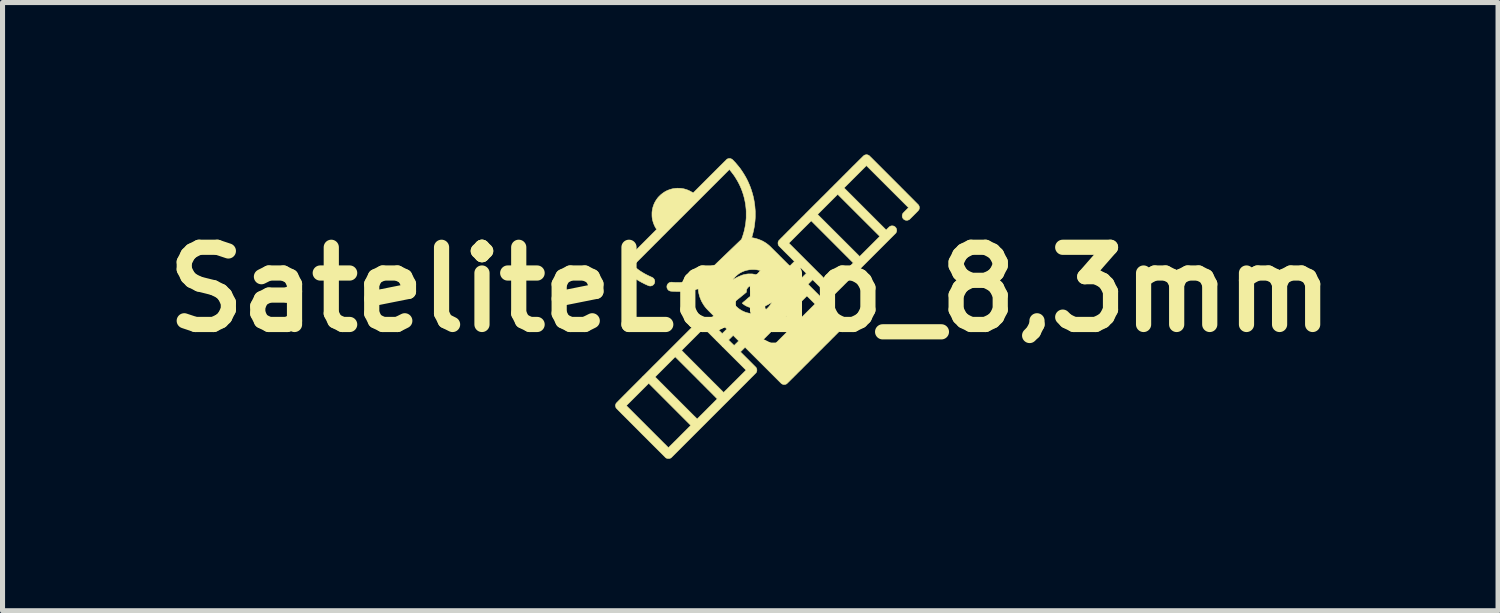
<source format=kicad_pcb>
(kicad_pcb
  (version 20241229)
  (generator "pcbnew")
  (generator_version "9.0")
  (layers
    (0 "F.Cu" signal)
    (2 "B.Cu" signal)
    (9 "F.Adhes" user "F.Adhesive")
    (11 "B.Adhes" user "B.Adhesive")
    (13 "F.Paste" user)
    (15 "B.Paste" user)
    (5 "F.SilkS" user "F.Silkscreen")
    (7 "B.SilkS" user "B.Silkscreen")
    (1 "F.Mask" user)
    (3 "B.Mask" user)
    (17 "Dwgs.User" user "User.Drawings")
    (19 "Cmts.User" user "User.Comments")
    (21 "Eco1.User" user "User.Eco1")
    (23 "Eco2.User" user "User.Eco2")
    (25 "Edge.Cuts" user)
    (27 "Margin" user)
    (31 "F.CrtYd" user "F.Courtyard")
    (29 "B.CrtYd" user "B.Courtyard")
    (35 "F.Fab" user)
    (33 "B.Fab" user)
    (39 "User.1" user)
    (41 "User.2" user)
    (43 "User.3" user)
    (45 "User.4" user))
  (footprint "SateliteLogo_8,3mm"
    (layer "F.Cu")
    (at 11.764 2.667)
    (property "Reference" "SateliteLogo_8,3mm" (at 0 0 0) (layer "F.SilkS") (effects (font (size 1.524 1.524) (thickness 0.3))))
    (attr through_hole)
    (fp_poly (pts (xy 2.309 -2.661) (xy 2.323 -2.657) (xy 2.336 -2.651) (xy 2.349 -2.643) (xy 2.352 -2.64) (xy 2.354 -2.638) (xy 2.357 -2.635) (xy 2.362 -2.63) (xy 2.369 -2.623) (xy 2.377 -2.615) (xy 2.387 -2.606) (xy 2.398 -2.595) (xy 2.41 -2.583) (xy 2.424 -2.569) (xy 2.439 -2.554) (xy 2.455 -2.538) (xy 2.472 -2.521) (xy 2.49 -2.503) (xy 2.509 -2.484) (xy 2.529 -2.464) (xy 2.549 -2.444) (xy 2.571 -2.422) (xy 2.593 -2.4) (xy 2.616 -2.377) (xy 2.639 -2.354) (xy 2.663 -2.33) (xy 2.687 -2.306) (xy 2.712 -2.281) (xy 2.737 -2.256) (xy 2.762 -2.231) (xy 2.788 -2.205) (xy 2.813 -2.18) (xy 2.839 -2.154) (xy 2.865 -2.128) (xy 2.89 -2.103) (xy 2.916 -2.077) (xy 2.941 -2.052) (xy 2.966 -2.027) (xy 2.99 -2.002) (xy 3.015 -1.978) (xy 3.038 -1.954) (xy 3.062 -1.931) (xy 3.084 -1.908) (xy 3.106 -1.886) (xy 3.128 -1.864) (xy 3.148 -1.844) (xy 3.168 -1.824) (xy 3.187 -1.805) (xy 3.205 -1.787) (xy 3.222 -1.77) (xy 3.238 -1.754) (xy 3.252 -1.739) (xy 3.266 -1.726) (xy 3.278 -1.713) (xy 3.289 -1.703) (xy 3.298 -1.693) (xy 3.306 -1.685) (xy 3.313 -1.678) (xy 3.318 -1.673) (xy 3.321 -1.67) (xy 3.322 -1.669) (xy 3.322 -1.668) (xy 3.33 -1.655) (xy 3.335 -1.641) (xy 3.338 -1.626) (xy 3.338 -1.611) (xy 3.336 -1.597) (xy 3.333 -1.585) (xy 3.331 -1.582) (xy 3.33 -1.579) (xy 3.329 -1.576) (xy 3.327 -1.574) (xy 3.325 -1.571) (xy 3.323 -1.567) (xy 3.319 -1.563) (xy 3.315 -1.559) (xy 3.311 -1.553) (xy 3.305 -1.547) (xy 3.298 -1.54) (xy 3.29 -1.532) (xy 3.281 -1.523) (xy 3.271 -1.512) (xy 3.259 -1.5) (xy 3.245 -1.487) (xy 3.23 -1.471) (xy 3.229 -1.47) (xy 3.14 -1.382) (xy 3.128 -1.376) (xy 3.113 -1.371) (xy 3.099 -1.367) (xy 3.085 -1.367) (xy 3.071 -1.368) (xy 3.056 -1.373) (xy 3.048 -1.376) (xy 3.042 -1.379) (xy 3.037 -1.382) (xy 3.032 -1.386) (xy 3.027 -1.391) (xy 3.026 -1.392) (xy 3.018 -1.401) (xy 3.012 -1.409) (xy 3.007 -1.418) (xy 3.004 -1.426) (xy 3 -1.441) (xy 2.999 -1.455) (xy 3 -1.47) (xy 3.004 -1.484) (xy 3.01 -1.499) (xy 3.011 -1.5) (xy 3.012 -1.502) (xy 3.014 -1.504) (xy 3.016 -1.507) (xy 3.019 -1.511) (xy 3.023 -1.515) (xy 3.028 -1.521) (xy 3.035 -1.527) (xy 3.042 -1.535) (xy 3.051 -1.544) (xy 3.062 -1.555) (xy 3.069 -1.562) (xy 3.124 -1.617) (xy 2.708 -2.032) (xy 2.293 -2.447) (xy 1.852 -2.007) (xy 2.268 -1.591) (xy 2.683 -1.176) (xy 2.716 -1.21) (xy 2.725 -1.218) (xy 2.732 -1.225) (xy 2.738 -1.231) (xy 2.743 -1.235) (xy 2.747 -1.239) (xy 2.75 -1.242) (xy 2.753 -1.244) (xy 2.756 -1.245) (xy 2.758 -1.247) (xy 2.761 -1.248) (xy 2.771 -1.253) (xy 2.78 -1.256) (xy 2.789 -1.257) (xy 2.8 -1.258) (xy 2.802 -1.258) (xy 2.812 -1.257) (xy 2.822 -1.256) (xy 2.831 -1.253) (xy 2.841 -1.249) (xy 2.842 -1.248) (xy 2.848 -1.245) (xy 2.853 -1.242) (xy 2.858 -1.238) (xy 2.864 -1.232) (xy 2.864 -1.232) (xy 2.869 -1.226) (xy 2.873 -1.222) (xy 2.877 -1.217) (xy 2.88 -1.211) (xy 2.881 -1.209) (xy 2.887 -1.195) (xy 2.89 -1.18) (xy 2.891 -1.166) (xy 2.889 -1.151) (xy 2.884 -1.137) (xy 2.881 -1.129) (xy 2.875 -1.117) (xy 2.26 -0.502) (xy 2.22 -0.462) (xy 2.182 -0.424) (xy 2.145 -0.387) (xy 2.11 -0.352) (xy 2.077 -0.319) (xy 2.045 -0.287) (xy 2.015 -0.257) (xy 1.986 -0.228) (xy 1.959 -0.201) (xy 1.933 -0.175) (xy 1.909 -0.151) (xy 1.886 -0.128) (xy 1.864 -0.107) (xy 1.844 -0.086) (xy 1.825 -0.067) (xy 1.807 -0.049) (xy 1.79 -0.033) (xy 1.775 -0.017) (xy 1.76 -0.003) (xy 1.747 0.011) (xy 1.734 0.023) (xy 1.723 0.034) (xy 1.712 0.045) (xy 1.703 0.055) (xy 1.694 0.063) (xy 1.686 0.071) (xy 1.678 0.078) (xy 1.672 0.085) (xy 1.666 0.09) (xy 1.661 0.095) (xy 1.656 0.1) (xy 1.652 0.103) (xy 1.649 0.107) (xy 1.646 0.109) (xy 1.644 0.112) (xy 1.642 0.114) (xy 1.64 0.115) (xy 1.639 0.116) (xy 1.638 0.117) (xy 1.637 0.117) (xy 1.637 0.117) (xy 1.631 0.12) (xy 1.624 0.123) (xy 1.618 0.126) (xy 1.614 0.127) (xy 1.61 0.128) (xy 1.605 0.128) (xy 1.6 0.129) (xy 1.593 0.129) (xy 1.592 0.129) (xy 1.585 0.129) (xy 1.579 0.128) (xy 1.575 0.128) (xy 1.57 0.127) (xy 1.566 0.125) (xy 1.565 0.125) (xy 1.563 0.125) (xy 1.56 0.124) (xy 1.558 0.123) (xy 1.556 0.122) (xy 1.554 0.121) (xy 1.551 0.12) (xy 1.549 0.118) (xy 1.546 0.116) (xy 1.543 0.114) (xy 1.539 0.11) (xy 1.535 0.107) (xy 1.53 0.102) (xy 1.524 0.097) (xy 1.517 0.09) (xy 1.51 0.083) (xy 1.501 0.075) (xy 1.492 0.066) (xy 1.481 0.055) (xy 1.469 0.043) (xy 1.456 0.03) (xy 1.441 0.015) (xy 1.424 -0.002) (xy 1.406 -0.02) (xy 1.387 -0.039) (xy 1.386 -0.04) (xy 1.369 -0.057) (xy 1.353 -0.073) (xy 1.338 -0.088) (xy 1.323 -0.103) (xy 1.309 -0.117) (xy 1.296 -0.13) (xy 1.284 -0.142) (xy 1.273 -0.153) (xy 1.262 -0.163) (xy 1.254 -0.171) (xy 1.246 -0.179) (xy 1.24 -0.185) (xy 1.236 -0.189) (xy 1.233 -0.192) (xy 1.231 -0.193) (xy 1.231 -0.193) (xy 1.23 -0.192) (xy 1.227 -0.19) (xy 1.223 -0.186) (xy 1.218 -0.181) (xy 1.212 -0.175) (xy 1.205 -0.168) (xy 1.198 -0.161) (xy 1.19 -0.153) (xy 1.182 -0.145) (xy 1.175 -0.137) (xy 1.167 -0.13) (xy 1.16 -0.123) (xy 1.154 -0.117) (xy 1.149 -0.112) (xy 1.145 -0.108) (xy 1.143 -0.105) (xy 1.142 -0.104) (xy 1.142 -0.103) (xy 1.143 -0.103) (xy 1.145 -0.1) (xy 1.15 -0.095) (xy 1.155 -0.089) (xy 1.163 -0.082) (xy 1.172 -0.073) (xy 1.182 -0.062) (xy 1.194 -0.051) (xy 1.207 -0.037) (xy 1.222 -0.023) (xy 1.237 -0.007) (xy 1.254 0.009) (xy 1.271 0.027) (xy 1.29 0.046) (xy 1.31 0.066) (xy 1.331 0.086) (xy 1.352 0.108) (xy 1.374 0.13) (xy 1.397 0.153) (xy 1.421 0.177) (xy 1.445 0.201) (xy 1.47 0.225) (xy 1.495 0.251) (xy 1.499 0.255) (xy 1.53 0.286) (xy 1.56 0.316) (xy 1.589 0.344) (xy 1.615 0.371) (xy 1.64 0.396) (xy 1.663 0.419) (xy 1.685 0.441) (xy 1.705 0.461) (xy 1.724 0.48) (xy 1.742 0.498) (xy 1.758 0.514) (xy 1.772 0.529) (xy 1.786 0.542) (xy 1.798 0.554) (xy 1.809 0.565) (xy 1.819 0.575) (xy 1.827 0.584) (xy 1.835 0.592) (xy 1.841 0.599) (xy 1.847 0.605) (xy 1.852 0.609) (xy 1.855 0.613) (xy 1.858 0.616) (xy 1.86 0.619) (xy 1.861 0.62) (xy 1.862 0.621) (xy 1.868 0.631) (xy 1.872 0.641) (xy 1.874 0.652) (xy 1.875 0.664) (xy 1.875 0.679) (xy 1.873 0.692) (xy 1.869 0.705) (xy 1.862 0.717) (xy 1.858 0.723) (xy 1.856 0.725) (xy 1.853 0.728) (xy 1.849 0.732) (xy 1.842 0.739) (xy 1.835 0.747) (xy 1.825 0.756) (xy 1.814 0.767) (xy 1.802 0.78) (xy 1.788 0.794) (xy 1.773 0.809) (xy 1.756 0.826) (xy 1.738 0.844) (xy 1.719 0.863) (xy 1.699 0.883) (xy 1.678 0.904) (xy 1.656 0.927) (xy 1.632 0.95) (xy 1.608 0.974) (xy 1.583 1) (xy 1.557 1.026) (xy 1.53 1.053) (xy 1.502 1.08) (xy 1.473 1.109) (xy 1.444 1.138) (xy 1.415 1.168) (xy 1.384 1.198) (xy 1.353 1.229) (xy 1.322 1.26) (xy 1.29 1.292) (xy 1.288 1.294) (xy 1.248 1.334) (xy 1.21 1.372) (xy 1.173 1.409) (xy 1.139 1.444) (xy 1.105 1.477) (xy 1.074 1.508) (xy 1.044 1.538) (xy 1.016 1.567) (xy 0.989 1.593) (xy 0.963 1.619) (xy 0.939 1.642) (xy 0.917 1.665) (xy 0.896 1.686) (xy 0.876 1.705) (xy 0.858 1.724) (xy 0.841 1.741) (xy 0.825 1.756) (xy 0.81 1.771) (xy 0.797 1.784) (xy 0.785 1.796) (xy 0.774 1.807) (xy 0.764 1.817) (xy 0.755 1.826) (xy 0.747 1.833) (xy 0.74 1.84) (xy 0.734 1.846) (xy 0.729 1.851) (xy 0.725 1.855) (xy 0.722 1.858) (xy 0.72 1.86) (xy 0.718 1.861) (xy 0.717 1.862) (xy 0.703 1.869) (xy 0.688 1.873) (xy 0.674 1.875) (xy 0.659 1.875) (xy 0.648 1.873) (xy 0.644 1.871) (xy 0.638 1.869) (xy 0.632 1.866) (xy 0.629 1.865) (xy 0.617 1.859) (xy 0.257 1.499) (xy -0.103 1.14) (xy -0.194 1.231) (xy -0.039 1.385) (xy 0.115 1.54) (xy 0.12 1.551) (xy 0.125 1.561) (xy 0.128 1.57) (xy 0.129 1.579) (xy 0.13 1.59) (xy 0.13 1.591) (xy 0.129 1.606) (xy 0.126 1.619) (xy 0.121 1.631) (xy 0.114 1.643) (xy 0.113 1.644) (xy 0.11 1.647) (xy 0.105 1.652) (xy 0.099 1.658) (xy 0.091 1.666) (xy 0.081 1.676) (xy 0.07 1.687) (xy 0.058 1.7) (xy 0.043 1.714) (xy 0.028 1.729) (xy 0.011 1.746) (xy -0.007 1.765) (xy -0.027 1.784) (xy -0.048 1.805) (xy -0.07 1.828) (xy -0.093 1.851) (xy -0.118 1.876) (xy -0.143 1.901) (xy -0.17 1.928) (xy -0.198 1.956) (xy -0.227 1.985) (xy -0.256 2.014) (xy -0.287 2.045) (xy -0.318 2.076) (xy -0.351 2.109) (xy -0.384 2.142) (xy -0.418 2.176) (xy -0.452 2.211) (xy -0.488 2.246) (xy -0.524 2.282) (xy -0.56 2.318) (xy -0.597 2.356) (xy -0.635 2.393) (xy -0.673 2.431) (xy -0.712 2.47) (xy -0.728 2.486) (xy -1.564 3.322) (xy -1.576 3.328) (xy -1.591 3.334) (xy -1.605 3.337) (xy -1.62 3.337) (xy -1.635 3.335) (xy -1.635 3.335) (xy -1.64 3.334) (xy -1.647 3.332) (xy -1.653 3.329) (xy -1.656 3.328) (xy -1.668 3.322) (xy -2.157 2.834) (xy -2.194 2.796) (xy -2.229 2.761) (xy -2.263 2.727) (xy -2.295 2.695) (xy -2.326 2.664) (xy -2.355 2.635) (xy -2.382 2.608) (xy -2.407 2.582) (xy -2.432 2.558) (xy -2.454 2.535) (xy -2.476 2.514) (xy -2.495 2.494) (xy -2.514 2.476) (xy -2.531 2.459) (xy -2.547 2.443) (xy -2.561 2.428) (xy -2.574 2.415) (xy -2.586 2.403) (xy -2.597 2.392) (xy -2.607 2.382) (xy -2.616 2.373) (xy -2.623 2.365) (xy -2.63 2.359) (xy -2.635 2.353) (xy -2.64 2.348) (xy -2.643 2.344) (xy -2.646 2.341) (xy -2.648 2.339) (xy -2.649 2.338) (xy -2.649 2.338) (xy -2.655 2.325) (xy -2.659 2.311) (xy -2.661 2.296) (xy -2.661 2.292) (xy -2.447 2.292) (xy -2.032 2.707) (xy -2.005 2.734) (xy -1.978 2.761) (xy -1.952 2.787) (xy -1.926 2.813) (xy -1.901 2.838) (xy -1.877 2.862) (xy -1.853 2.886) (xy -1.83 2.909) (xy -1.808 2.931) (xy -1.787 2.952) (xy -1.767 2.972) (xy -1.748 2.991) (xy -1.73 3.009) (xy -1.713 3.026) (xy -1.697 3.042) (xy -1.682 3.056) (xy -1.669 3.069) (xy -1.657 3.081) (xy -1.647 3.092) (xy -1.637 3.101) (xy -1.63 3.108) (xy -1.624 3.114) (xy -1.62 3.118) (xy -1.617 3.121) (xy -1.616 3.122) (xy -1.615 3.121) (xy -1.612 3.118) (xy -1.608 3.114) (xy -1.602 3.108) (xy -1.595 3.101) (xy -1.586 3.092) (xy -1.576 3.082) (xy -1.564 3.071) (xy -1.552 3.058) (xy -1.538 3.045) (xy -1.523 3.03) (xy -1.508 3.014) (xy -1.491 2.998) (xy -1.474 2.981) (xy -1.456 2.963) (xy -1.437 2.944) (xy -1.418 2.925) (xy -1.398 2.905) (xy -1.395 2.902) (xy -1.175 2.682) (xy -2.005 1.851) (xy -2.226 2.072) (xy -2.447 2.292) (xy -2.661 2.292) (xy -2.66 2.281) (xy -2.658 2.267) (xy -2.652 2.253) (xy -2.649 2.247) (xy -2.648 2.246) (xy -2.647 2.244) (xy -2.645 2.242) (xy -2.642 2.239) (xy -2.638 2.235) (xy -2.633 2.23) (xy -2.627 2.224) (xy -2.62 2.217) (xy -2.613 2.209) (xy -2.604 2.2) (xy -2.594 2.19) (xy -2.583 2.179) (xy -2.571 2.167) (xy -2.558 2.154) (xy -2.544 2.14) (xy -2.529 2.124) (xy -2.512 2.108) (xy -2.495 2.09) (xy -2.476 2.071) (xy -2.455 2.051) (xy -2.434 2.029) (xy -2.411 2.006) (xy -2.387 1.982) (xy -2.361 1.956) (xy -2.334 1.929) (xy -2.306 1.901) (xy -2.276 1.871) (xy -2.244 1.839) (xy -2.211 1.806) (xy -2.177 1.772) (xy -2.141 1.736) (xy -2.131 1.725) (xy -1.878 1.725) (xy -1.877 1.726) (xy -1.875 1.729) (xy -1.871 1.733) (xy -1.865 1.739) (xy -1.857 1.747) (xy -1.848 1.756) (xy -1.838 1.766) (xy -1.827 1.777) (xy -1.814 1.79) (xy -1.8 1.804) (xy -1.785 1.82) (xy -1.769 1.836) (xy -1.752 1.853) (xy -1.733 1.871) (xy -1.715 1.89) (xy -1.695 1.91) (xy -1.675 1.93) (xy -1.654 1.951) (xy -1.632 1.973) (xy -1.61 1.995) (xy -1.588 2.017) (xy -1.565 2.04) (xy -1.542 2.063) (xy -1.518 2.087) (xy -1.495 2.11) (xy -1.471 2.134) (xy -1.447 2.157) (xy -1.424 2.181) (xy -1.4 2.205) (xy -1.377 2.228) (xy -1.354 2.251) (xy -1.331 2.274) (xy -1.309 2.296) (xy -1.287 2.318) (xy -1.266 2.339) (xy -1.245 2.36) (xy -1.225 2.38) (xy -1.206 2.399) (xy -1.187 2.418) (xy -1.169 2.436) (xy -1.153 2.452) (xy -1.137 2.468) (xy -1.122 2.483) (xy -1.109 2.496) (xy -1.096 2.508) (xy -1.085 2.519) (xy -1.075 2.529) (xy -1.067 2.537) (xy -1.06 2.544) (xy -1.055 2.549) (xy -1.051 2.553) (xy -1.049 2.555) (xy -1.049 2.555) (xy -1.048 2.554) (xy -1.045 2.552) (xy -1.041 2.548) (xy -1.035 2.542) (xy -1.028 2.534) (xy -1.019 2.526) (xy -1.009 2.516) (xy -0.998 2.505) (xy -0.986 2.492) (xy -0.972 2.479) (xy -0.958 2.465) (xy -0.942 2.449) (xy -0.926 2.433) (xy -0.909 2.416) (xy -0.892 2.399) (xy -0.874 2.381) (xy -0.855 2.362) (xy -0.851 2.357) (xy -0.832 2.339) (xy -0.814 2.32) (xy -0.796 2.303) (xy -0.779 2.286) (xy -0.763 2.269) (xy -0.747 2.254) (xy -0.732 2.239) (xy -0.719 2.225) (xy -0.706 2.213) (xy -0.695 2.201) (xy -0.684 2.191) (xy -0.675 2.182) (xy -0.668 2.174) (xy -0.662 2.168) (xy -0.657 2.163) (xy -0.654 2.16) (xy -0.653 2.158) (xy -0.653 2.158) (xy -0.654 2.157) (xy -0.656 2.155) (xy -0.661 2.15) (xy -0.667 2.144) (xy -0.674 2.137) (xy -0.683 2.128) (xy -0.694 2.117) (xy -0.705 2.105) (xy -0.719 2.092) (xy -0.733 2.077) (xy -0.749 2.061) (xy -0.766 2.044) (xy -0.784 2.026) (xy -0.803 2.007) (xy -0.823 1.987) (xy -0.845 1.966) (xy -0.867 1.943) (xy -0.889 1.921) (xy -0.913 1.897) (xy -0.937 1.872) (xy -0.963 1.847) (xy -0.988 1.822) (xy -1.014 1.795) (xy -1.041 1.769) (xy -1.067 1.742) (xy -1.482 1.328) (xy -1.68 1.526) (xy -1.699 1.545) (xy -1.717 1.563) (xy -1.735 1.581) (xy -1.752 1.598) (xy -1.768 1.614) (xy -1.784 1.63) (xy -1.798 1.644) (xy -1.812 1.658) (xy -1.825 1.671) (xy -1.836 1.682) (xy -1.847 1.693) (xy -1.856 1.702) (xy -1.863 1.71) (xy -1.869 1.716) (xy -1.874 1.721) (xy -1.877 1.724) (xy -1.878 1.725) (xy -1.878 1.725) (xy -2.131 1.725) (xy -2.103 1.698) (xy -2.064 1.659) (xy -2.023 1.618) (xy -1.981 1.576) (xy -1.937 1.531) (xy -1.891 1.485) (xy -1.843 1.438) (xy -1.806 1.401) (xy -1.607 1.202) (xy -1.355 1.202) (xy -1.354 1.203) (xy -1.352 1.206) (xy -1.347 1.21) (xy -1.341 1.216) (xy -1.334 1.223) (xy -1.325 1.232) (xy -1.315 1.243) (xy -1.303 1.254) (xy -1.291 1.267) (xy -1.277 1.281) (xy -1.262 1.296) (xy -1.245 1.312) (xy -1.228 1.33) (xy -1.21 1.348) (xy -1.191 1.367) (xy -1.172 1.386) (xy -1.151 1.407) (xy -1.13 1.428) (xy -1.109 1.449) (xy -1.087 1.471) (xy -1.064 1.494) (xy -1.041 1.517) (xy -1.018 1.54) (xy -0.995 1.563) (xy -0.971 1.587) (xy -0.948 1.611) (xy -0.924 1.634) (xy -0.901 1.658) (xy -0.877 1.681) (xy -0.854 1.705) (xy -0.831 1.728) (xy -0.808 1.75) (xy -0.786 1.773) (xy -0.764 1.795) (xy -0.743 1.816) (xy -0.722 1.837) (xy -0.702 1.857) (xy -0.682 1.876) (xy -0.664 1.895) (xy -0.646 1.912) (xy -0.629 1.929) (xy -0.614 1.945) (xy -0.599 1.959) (xy -0.585 1.973) (xy -0.573 1.985) (xy -0.562 1.996) (xy -0.552 2.006) (xy -0.544 2.014) (xy -0.537 2.021) (xy -0.532 2.026) (xy -0.528 2.03) (xy -0.526 2.032) (xy -0.526 2.032) (xy -0.525 2.031) (xy -0.522 2.029) (xy -0.518 2.024) (xy -0.512 2.018) (xy -0.505 2.011) (xy -0.496 2.002) (xy -0.486 1.992) (xy -0.474 1.981) (xy -0.462 1.969) (xy -0.448 1.955) (xy -0.434 1.94) (xy -0.418 1.925) (xy -0.402 1.908) (xy -0.384 1.891) (xy -0.366 1.873) (xy -0.348 1.854) (xy -0.328 1.835) (xy -0.309 1.816) (xy -0.305 1.812) (xy -0.084 1.591) (xy -0.5 1.176) (xy -0.559 1.117) (xy 0.127 1.117) (xy 0.207 1.197) (xy 0.286 1.276) (xy 1.278 0.285) (xy 1.198 0.205) (xy 1.118 0.126) (xy 0.127 1.117) (xy -0.559 1.117) (xy -0.68 0.996) (xy -0.429 0.996) (xy -0.375 1.05) (xy -0.365 1.059) (xy -0.356 1.068) (xy -0.347 1.077) (xy -0.34 1.084) (xy -0.333 1.091) (xy -0.327 1.096) (xy -0.323 1.1) (xy -0.321 1.103) (xy -0.319 1.104) (xy -0.318 1.103) (xy -0.316 1.1) (xy -0.311 1.096) (xy -0.306 1.091) (xy -0.299 1.085) (xy -0.292 1.077) (xy -0.284 1.069) (xy -0.275 1.061) (xy -0.273 1.059) (xy -0.229 1.014) (xy -0.338 0.905) (xy -0.429 0.996) (xy -0.68 0.996) (xy -0.915 0.761) (xy -1.135 0.981) (xy -1.155 1.001) (xy -1.174 1.02) (xy -1.193 1.039) (xy -1.211 1.057) (xy -1.228 1.074) (xy -1.245 1.091) (xy -1.261 1.107) (xy -1.275 1.121) (xy -1.289 1.135) (xy -1.302 1.148) (xy -1.313 1.16) (xy -1.324 1.17) (xy -1.333 1.179) (xy -1.34 1.187) (xy -1.346 1.193) (xy -1.351 1.198) (xy -1.354 1.201) (xy -1.355 1.202) (xy -1.355 1.202) (xy -1.607 1.202) (xy -0.967 0.562) (xy -0.955 0.556) (xy -0.941 0.55) (xy -0.926 0.547) (xy -0.912 0.546) (xy -0.897 0.548) (xy -0.883 0.552) (xy -0.875 0.556) (xy -0.863 0.562) (xy -0.709 0.715) (xy -0.693 0.732) (xy -0.677 0.748) (xy -0.661 0.763) (xy -0.647 0.778) (xy -0.633 0.792) (xy -0.619 0.805) (xy -0.607 0.817) (xy -0.596 0.828) (xy -0.586 0.838) (xy -0.577 0.847) (xy -0.57 0.854) (xy -0.563 0.86) (xy -0.559 0.865) (xy -0.556 0.867) (xy -0.554 0.869) (xy -0.554 0.869) (xy -0.553 0.868) (xy -0.55 0.865) (xy -0.546 0.861) (xy -0.541 0.856) (xy -0.535 0.85) (xy -0.528 0.844) (xy -0.521 0.836) (xy -0.513 0.829) (xy -0.505 0.821) (xy -0.498 0.813) (xy -0.49 0.806) (xy -0.483 0.799) (xy -0.477 0.793) (xy -0.472 0.787) (xy -0.468 0.783) (xy -0.466 0.78) (xy -0.465 0.779) (xy -0.465 0.779) (xy -0.466 0.778) (xy -0.468 0.775) (xy -0.473 0.771) (xy -0.478 0.765) (xy -0.486 0.758) (xy -0.494 0.749) (xy -0.504 0.739) (xy -0.515 0.728) (xy -0.528 0.715) (xy -0.541 0.702) (xy -0.555 0.687) (xy -0.571 0.672) (xy -0.587 0.656) (xy -0.604 0.639) (xy -0.621 0.621) (xy -0.639 0.603) (xy -0.658 0.585) (xy -0.661 0.581) (xy -0.682 0.56) (xy -0.702 0.54) (xy -0.722 0.521) (xy -0.74 0.502) (xy -0.758 0.484) (xy -0.775 0.467) (xy -0.79 0.452) (xy -0.805 0.437) (xy -0.818 0.424) (xy -0.83 0.412) (xy -0.84 0.401) (xy -0.85 0.391) (xy -0.857 0.383) (xy -0.863 0.377) (xy -0.868 0.372) (xy -0.871 0.369) (xy -0.871 0.368) (xy -0.897 0.336) (xy -0.921 0.302) (xy -0.942 0.267) (xy -0.962 0.232) (xy -0.978 0.195) (xy -0.993 0.158) (xy -1.005 0.12) (xy -1.015 0.081) (xy -1.022 0.042) (xy -1.026 0.015) (xy -1.026 0.008) (xy -1.027 0.002) (xy -1.028 -0.004) (xy -1.028 -0.008) (xy -1.028 -0.008) (xy -1.029 -0.013) (xy -1.055 -0.007) (xy -1.107 0.005) (xy -1.16 0.015) (xy -1.213 0.024) (xy -1.267 0.03) (xy -1.322 0.035) (xy -1.349 0.037) (xy -1.362 0.038) (xy -1.377 0.038) (xy -1.393 0.038) (xy -1.41 0.038) (xy -1.428 0.038) (xy -1.445 0.038) (xy -1.463 0.038) (xy -1.48 0.037) (xy -1.497 0.037) (xy -1.513 0.036) (xy -1.529 0.035) (xy -1.543 0.034) (xy -1.555 0.033) (xy -1.566 0.032) (xy -1.574 0.031) (xy -1.581 0.03) (xy -1.581 0.03) (xy -1.585 0.028) (xy -1.591 0.026) (xy -1.597 0.023) (xy -1.599 0.023) (xy -1.609 0.017) (xy -1.619 0.009) (xy -1.627 -0.001) (xy -1.634 -0.011) (xy -1.637 -0.015) (xy -1.643 -0.029) (xy -1.646 -0.043) (xy -1.647 -0.057) (xy -1.646 -0.07) (xy -1.643 -0.084) (xy -1.637 -0.096) (xy -1.63 -0.108) (xy -1.622 -0.119) (xy -1.611 -0.128) (xy -1.599 -0.135) (xy -1.589 -0.14) (xy -1.581 -0.142) (xy -1.573 -0.144) (xy -1.564 -0.145) (xy -1.555 -0.145) (xy -1.544 -0.145) (xy -1.538 -0.144) (xy -1.499 -0.141) (xy -1.458 -0.14) (xy -1.416 -0.14) (xy -1.375 -0.141) (xy -1.334 -0.143) (xy -1.294 -0.146) (xy -1.28 -0.147) (xy -1.233 -0.153) (xy -1.188 -0.161) (xy -1.143 -0.169) (xy -1.098 -0.18) (xy -1.096 -0.18) (xy -1.081 -0.184) (xy -1.065 -0.189) (xy -1.052 -0.192) (xy -0.346 -0.192) (xy -0.346 -0.192) (xy -0.344 -0.192) (xy -0.341 -0.194) (xy -0.337 -0.197) (xy -0.332 -0.2) (xy -0.331 -0.2) (xy -0.311 -0.214) (xy -0.287 -0.227) (xy -0.262 -0.24) (xy -0.255 -0.244) (xy -0.228 -0.257) (xy -0.202 -0.268) (xy -0.177 -0.278) (xy -0.153 -0.287) (xy -0.129 -0.294) (xy -0.104 -0.299) (xy -0.079 -0.304) (xy -0.057 -0.307) (xy -0.047 -0.308) (xy -0.036 -0.309) (xy -0.023 -0.309) (xy -0.009 -0.309) (xy 0.004 -0.309) (xy 0.017 -0.309) (xy 0.03 -0.308) (xy 0.04 -0.308) (xy 0.046 -0.307) (xy 0.075 -0.302) (xy 0.103 -0.296) (xy 0.129 -0.288) (xy 0.155 -0.278) (xy 0.179 -0.267) (xy 0.201 -0.255) (xy 0.22 -0.242) (xy 0.226 -0.238) (xy 0.231 -0.233) (xy 0.237 -0.229) (xy 0.242 -0.225) (xy 0.247 -0.221) (xy 0.25 -0.218) (xy 0.251 -0.216) (xy 0.251 -0.216) (xy 0.251 -0.215) (xy 0.25 -0.214) (xy 0.248 -0.212) (xy 0.244 -0.209) (xy 0.24 -0.205) (xy 0.234 -0.201) (xy 0.227 -0.195) (xy 0.219 -0.188) (xy 0.208 -0.18) (xy 0.197 -0.17) (xy 0.183 -0.159) (xy 0.168 -0.147) (xy 0.166 -0.146) (xy 0.155 -0.137) (xy 0.144 -0.128) (xy 0.134 -0.119) (xy 0.124 -0.111) (xy 0.115 -0.104) (xy 0.107 -0.097) (xy 0.1 -0.092) (xy 0.095 -0.088) (xy 0.093 -0.086) (xy 0.086 -0.081) (xy 0.082 -0.077) (xy 0.078 -0.074) (xy 0.075 -0.073) (xy 0.071 -0.073) (xy 0.068 -0.073) (xy 0.064 -0.074) (xy 0.062 -0.074) (xy 0.05 -0.077) (xy 0.039 -0.078) (xy 0.028 -0.077) (xy 0.026 -0.077) (xy 0.009 -0.074) (xy -0.007 -0.069) (xy -0.021 -0.061) (xy -0.035 -0.051) (xy -0.045 -0.042) (xy -0.055 -0.03) (xy -0.063 -0.018) (xy -0.069 -0.006) (xy -0.073 0.008) (xy -0.075 0.023) (xy -0.076 0.034) (xy -0.077 0.053) (xy -0.098 0.07) (xy -0.104 0.075) (xy -0.111 0.08) (xy -0.119 0.088) (xy -0.129 0.096) (xy -0.141 0.105) (xy -0.153 0.115) (xy -0.166 0.126) (xy -0.18 0.137) (xy -0.194 0.149) (xy -0.209 0.161) (xy -0.224 0.173) (xy -0.238 0.184) (xy -0.253 0.196) (xy -0.267 0.208) (xy -0.27 0.211) (xy -0.283 0.221) (xy -0.295 0.23) (xy -0.304 0.238) (xy -0.312 0.244) (xy -0.318 0.25) (xy -0.324 0.254) (xy -0.328 0.257) (xy -0.33 0.259) (xy -0.332 0.261) (xy -0.333 0.261) (xy -0.337 0.265) (xy -0.332 0.273) (xy -0.325 0.282) (xy -0.316 0.293) (xy -0.305 0.305) (xy -0.294 0.318) (xy -0.281 0.33) (xy -0.267 0.343) (xy -0.254 0.355) (xy -0.24 0.367) (xy -0.226 0.378) (xy -0.212 0.388) (xy -0.209 0.39) (xy -0.18 0.409) (xy -0.15 0.425) (xy -0.119 0.439) (xy -0.088 0.451) (xy -0.056 0.46) (xy -0.024 0.467) (xy 0.008 0.471) (xy 0.009 0.471) (xy 0.015 0.472) (xy 0.021 0.472) (xy 0.026 0.473) (xy 0.028 0.473) (xy 0.032 0.473) (xy 0.038 0.473) (xy 0.046 0.473) (xy 0.055 0.473) (xy 0.065 0.473) (xy 0.075 0.473) (xy 0.085 0.473) (xy 0.094 0.472) (xy 0.103 0.472) (xy 0.11 0.471) (xy 0.116 0.471) (xy 0.117 0.471) (xy 0.149 0.465) (xy 0.18 0.458) (xy 0.209 0.448) (xy 0.237 0.437) (xy 0.264 0.424) (xy 0.289 0.408) (xy 0.313 0.39) (xy 0.336 0.371) (xy 0.358 0.348) (xy 0.365 0.34) (xy 0.375 0.328) (xy 0.385 0.315) (xy 0.395 0.303) (xy 0.403 0.291) (xy 0.405 0.288) (xy 0.408 0.283) (xy 0.411 0.277) (xy 0.414 0.271) (xy 0.417 0.265) (xy 0.419 0.261) (xy 0.42 0.257) (xy 0.42 0.256) (xy 0.42 0.256) (xy 0.419 0.256) (xy 0.416 0.257) (xy 0.412 0.26) (xy 0.409 0.262) (xy 0.377 0.281) (xy 0.346 0.299) (xy 0.315 0.314) (xy 0.284 0.328) (xy 0.255 0.339) (xy 0.226 0.348) (xy 0.213 0.352) (xy 0.197 0.355) (xy 0.182 0.359) (xy 0.168 0.361) (xy 0.155 0.363) (xy 0.141 0.364) (xy 0.127 0.365) (xy 0.11 0.365) (xy 0.109 0.365) (xy 0.096 0.366) (xy 0.086 0.366) (xy 0.078 0.366) (xy 0.07 0.365) (xy 0.063 0.365) (xy 0.055 0.364) (xy 0.055 0.364) (xy 0.023 0.359) (xy -0.007 0.353) (xy -0.036 0.344) (xy -0.064 0.332) (xy -0.091 0.319) (xy -0.106 0.31) (xy -0.112 0.306) (xy -0.118 0.302) (xy -0.125 0.297) (xy -0.132 0.292) (xy -0.139 0.287) (xy -0.145 0.282) (xy -0.151 0.278) (xy -0.155 0.274) (xy -0.158 0.272) (xy -0.158 0.271) (xy -0.159 0.27) (xy -0.159 0.269) (xy -0.158 0.268) (xy -0.156 0.266) (xy -0.153 0.263) (xy -0.149 0.259) (xy -0.143 0.254) (xy -0.14 0.251) (xy -0.133 0.245) (xy -0.125 0.238) (xy -0.117 0.232) (xy -0.11 0.226) (xy -0.105 0.222) (xy -0.098 0.216) (xy -0.091 0.21) (xy -0.083 0.203) (xy -0.075 0.196) (xy -0.072 0.194) (xy -0.065 0.187) (xy -0.057 0.18) (xy -0.049 0.173) (xy -0.041 0.166) (xy -0.033 0.16) (xy -0.026 0.154) (xy -0.02 0.149) (xy -0.015 0.145) (xy -0.011 0.143) (xy -0.009 0.141) (xy -0.009 0.141) (xy -0.007 0.141) (xy -0.003 0.142) (xy 0.001 0.144) (xy 0.004 0.145) (xy 0.019 0.149) (xy 0.035 0.15) (xy 0.051 0.15) (xy 0.067 0.147) (xy 0.082 0.141) (xy 0.086 0.14) (xy 0.095 0.135) (xy 0.103 0.13) (xy 0.11 0.125) (xy 0.116 0.119) (xy 0.127 0.107) (xy 0.136 0.094) (xy 0.143 0.078) (xy 0.149 0.062) (xy 0.151 0.048) (xy 0.152 0.043) (xy 0.152 0.039) (xy 0.152 0.035) (xy 0.151 0.03) (xy 0.151 0.023) (xy 0.15 0.015) (xy 0.149 0.011) (xy 0.148 0.006) (xy 0.162 -0.006) (xy 0.166 -0.009) (xy 0.172 -0.014) (xy 0.179 -0.02) (xy 0.187 -0.027) (xy 0.196 -0.034) (xy 0.205 -0.042) (xy 0.211 -0.047) (xy 0.22 -0.055) (xy 0.229 -0.062) (xy 0.238 -0.07) (xy 0.246 -0.077) (xy 0.253 -0.083) (xy 0.259 -0.088) (xy 0.262 -0.091) (xy 0.269 -0.097) (xy 0.277 -0.104) (xy 0.285 -0.11) (xy 0.292 -0.117) (xy 0.294 -0.118) (xy 0.299 -0.122) (xy 0.305 -0.128) (xy 0.313 -0.134) (xy 0.321 -0.142) (xy 0.33 -0.149) (xy 0.339 -0.156) (xy 0.342 -0.159) (xy 0.355 -0.17) (xy 0.366 -0.18) (xy 0.376 -0.188) (xy 0.384 -0.195) (xy 0.391 -0.2) (xy 0.396 -0.205) (xy 0.4 -0.209) (xy 0.404 -0.212) (xy 0.406 -0.214) (xy 0.408 -0.216) (xy 0.408 -0.217) (xy 0.409 -0.218) (xy 0.409 -0.218) (xy 0.408 -0.221) (xy 0.406 -0.226) (xy 0.402 -0.231) (xy 0.397 -0.238) (xy 0.392 -0.246) (xy 0.386 -0.254) (xy 0.379 -0.262) (xy 0.372 -0.269) (xy 0.366 -0.275) (xy 0.359 -0.283) (xy 0.35 -0.291) (xy 0.34 -0.3) (xy 0.329 -0.308) (xy 0.319 -0.317) (xy 0.308 -0.324) (xy 0.304 -0.328) (xy 0.286 -0.338) (xy 0.906 -0.338) (xy 0.96 -0.284) (xy 0.97 -0.274) (xy 0.979 -0.265) (xy 0.987 -0.257) (xy 0.995 -0.249) (xy 1.001 -0.243) (xy 1.007 -0.237) (xy 1.011 -0.233) (xy 1.014 -0.231) (xy 1.015 -0.23) (xy 1.015 -0.23) (xy 1.016 -0.231) (xy 1.018 -0.233) (xy 1.022 -0.237) (xy 1.028 -0.242) (xy 1.034 -0.249) (xy 1.042 -0.256) (xy 1.05 -0.264) (xy 1.058 -0.273) (xy 1.06 -0.275) (xy 1.106 -0.32) (xy 1.051 -0.375) (xy 0.996 -0.429) (xy 0.951 -0.384) (xy 0.906 -0.338) (xy 0.286 -0.338) (xy 0.281 -0.341) (xy 0.256 -0.354) (xy 0.23 -0.365) (xy 0.202 -0.374) (xy 0.173 -0.382) (xy 0.142 -0.388) (xy 0.11 -0.393) (xy 0.107 -0.393) (xy 0.094 -0.394) (xy 0.079 -0.395) (xy 0.064 -0.395) (xy 0.047 -0.395) (xy 0.031 -0.395) (xy 0.016 -0.394) (xy 0.002 -0.393) (xy -0.005 -0.393) (xy -0.041 -0.387) (xy -0.075 -0.38) (xy -0.109 -0.37) (xy -0.141 -0.358) (xy -0.172 -0.344) (xy -0.202 -0.328) (xy -0.229 -0.31) (xy -0.234 -0.307) (xy -0.24 -0.302) (xy -0.248 -0.296) (xy -0.256 -0.289) (xy -0.265 -0.281) (xy -0.273 -0.274) (xy -0.282 -0.267) (xy -0.289 -0.26) (xy -0.294 -0.255) (xy -0.3 -0.249) (xy -0.306 -0.243) (xy -0.312 -0.236) (xy -0.318 -0.229) (xy -0.325 -0.222) (xy -0.33 -0.215) (xy -0.335 -0.208) (xy -0.34 -0.203) (xy -0.343 -0.198) (xy -0.345 -0.194) (xy -0.346 -0.192) (xy -1.052 -0.192) (xy -1.049 -0.193) (xy -1.033 -0.198) (xy -1.019 -0.202) (xy -1.005 -0.206) (xy -0.994 -0.21) (xy -0.992 -0.211) (xy -0.991 -0.211) (xy -0.99 -0.212) (xy -0.99 -0.212) (xy -0.989 -0.213) (xy -0.988 -0.213) (xy -0.986 -0.214) (xy -0.985 -0.216) (xy -0.983 -0.217) (xy -0.98 -0.219) (xy -0.978 -0.222) (xy -0.974 -0.225) (xy -0.971 -0.228) (xy -0.966 -0.232) (xy -0.961 -0.237) (xy -0.955 -0.242) (xy -0.949 -0.248) (xy -0.942 -0.255) (xy -0.934 -0.263) (xy -0.925 -0.271) (xy -0.915 -0.281) (xy -0.904 -0.291) (xy -0.892 -0.303) (xy -0.879 -0.315) (xy -0.864 -0.329) (xy -0.849 -0.344) (xy -0.832 -0.36) (xy -0.814 -0.377) (xy -0.795 -0.396) (xy -0.774 -0.415) (xy -0.752 -0.437) (xy -0.728 -0.46) (xy -0.702 -0.484) (xy -0.675 -0.51) (xy -0.647 -0.537) (xy -0.616 -0.567) (xy -0.584 -0.597) (xy -0.578 -0.603) (xy -0.173 -0.992) (xy -0.166 -1.01) (xy -0.148 -1.062) (xy -0.132 -1.114) (xy -0.118 -1.165) (xy -0.107 -1.218) (xy -0.097 -1.27) (xy -0.089 -1.324) (xy -0.084 -1.38) (xy -0.082 -1.396) (xy -0.082 -1.404) (xy -0.081 -1.415) (xy -0.081 -1.428) (xy -0.081 -1.442) (xy -0.081 -1.457) (xy -0.081 -1.473) (xy -0.081 -1.489) (xy -0.081 -1.505) (xy -0.081 -1.521) (xy -0.081 -1.536) (xy -0.081 -1.551) (xy -0.082 -1.563) (xy -0.082 -1.574) (xy -0.083 -1.583) (xy -0.083 -1.584) (xy -0.089 -1.643) (xy -0.097 -1.702) (xy -0.108 -1.759) (xy -0.121 -1.816) (xy -0.136 -1.871) (xy -0.154 -1.926) (xy -0.174 -1.98) (xy -0.196 -2.033) (xy -0.221 -2.085) (xy -0.248 -2.136) (xy -0.259 -2.155) (xy -0.28 -2.19) (xy -0.301 -2.224) (xy -0.324 -2.258) (xy -0.349 -2.291) (xy -0.375 -2.325) (xy -0.395 -2.35) (xy -0.413 -2.371) (xy -1.362 -1.422) (xy -1.404 -1.381) (xy -1.444 -1.34) (xy -1.485 -1.3) (xy -1.525 -1.26) (xy -1.564 -1.221) (xy -1.603 -1.182) (xy -1.641 -1.144) (xy -1.678 -1.106) (xy -1.715 -1.07) (xy -1.751 -1.034) (xy -1.786 -0.998) (xy -1.82 -0.964) (xy -1.854 -0.93) (xy -1.887 -0.898) (xy -1.918 -0.866) (xy -1.949 -0.835) (xy -1.979 -0.805) (xy -2.008 -0.776) (xy -2.036 -0.749) (xy -2.062 -0.722) (xy -2.088 -0.696) (xy -2.112 -0.672) (xy -2.135 -0.649) (xy -2.157 -0.627) (xy -2.178 -0.606) (xy -2.197 -0.587) (xy -2.215 -0.569) (xy -2.231 -0.553) (xy -2.246 -0.537) (xy -2.26 -0.524) (xy -2.272 -0.512) (xy -2.282 -0.501) (xy -2.291 -0.492) (xy -2.299 -0.485) (xy -2.304 -0.479) (xy -2.308 -0.475) (xy -2.311 -0.473) (xy -2.311 -0.472) (xy -2.31 -0.471) (xy -2.307 -0.468) (xy -2.303 -0.465) (xy -2.297 -0.46) (xy -2.291 -0.455) (xy -2.284 -0.449) (xy -2.276 -0.442) (xy -2.268 -0.436) (xy -2.261 -0.43) (xy -2.259 -0.429) (xy -2.215 -0.395) (xy -2.168 -0.362) (xy -2.12 -0.332) (xy -2.071 -0.304) (xy -2.02 -0.278) (xy -1.969 -0.254) (xy -1.955 -0.248) (xy -1.944 -0.243) (xy -1.934 -0.238) (xy -1.927 -0.234) (xy -1.92 -0.229) (xy -1.914 -0.224) (xy -1.909 -0.219) (xy -1.9 -0.207) (xy -1.893 -0.195) (xy -1.889 -0.181) (xy -1.886 -0.167) (xy -1.886 -0.153) (xy -1.889 -0.138) (xy -1.893 -0.124) (xy -1.896 -0.118) (xy -1.899 -0.113) (xy -1.902 -0.108) (xy -1.907 -0.102) (xy -1.912 -0.097) (xy -1.917 -0.092) (xy -1.922 -0.088) (xy -1.926 -0.085) (xy -1.93 -0.082) (xy -1.935 -0.08) (xy -1.95 -0.074) (xy -1.964 -0.071) (xy -1.978 -0.07) (xy -1.992 -0.072) (xy -1.998 -0.073) (xy -2.006 -0.076) (xy -2.017 -0.08) (xy -2.028 -0.085) (xy -2.042 -0.091) (xy -2.057 -0.098) (xy -2.073 -0.105) (xy -2.09 -0.113) (xy -2.101 -0.119) (xy -2.154 -0.146) (xy -2.206 -0.176) (xy -2.257 -0.207) (xy -2.306 -0.241) (xy -2.354 -0.277) (xy -2.401 -0.314) (xy -2.445 -0.353) (xy -2.486 -0.392) (xy -2.495 -0.401) (xy -2.503 -0.408) (xy -2.509 -0.415) (xy -2.513 -0.421) (xy -2.517 -0.426) (xy -2.52 -0.432) (xy -2.522 -0.438) (xy -2.524 -0.443) (xy -2.526 -0.449) (xy -2.527 -0.456) (xy -2.528 -0.464) (xy -2.528 -0.466) (xy -2.528 -0.478) (xy -2.527 -0.489) (xy -2.524 -0.5) (xy -2.519 -0.511) (xy -2.513 -0.523) (xy -2.181 -0.855) (xy -2.157 -0.879) (xy -2.133 -0.903) (xy -2.11 -0.926) (xy -2.087 -0.949) (xy -2.065 -0.971) (xy -2.043 -0.993) (xy -2.023 -1.013) (xy -2.003 -1.033) (xy -1.984 -1.052) (xy -1.966 -1.07) (xy -1.949 -1.087) (xy -1.934 -1.103) (xy -1.919 -1.117) (xy -1.906 -1.131) (xy -1.893 -1.143) (xy -1.883 -1.154) (xy -1.873 -1.163) (xy -1.865 -1.171) (xy -1.859 -1.178) (xy -1.854 -1.183) (xy -1.851 -1.186) (xy -1.849 -1.188) (xy -1.849 -1.188) (xy -1.85 -1.189) (xy -1.852 -1.192) (xy -1.854 -1.196) (xy -1.857 -1.2) (xy -1.875 -1.229) (xy -1.89 -1.259) (xy -1.904 -1.291) (xy -1.916 -1.324) (xy -1.926 -1.358) (xy -1.934 -1.393) (xy -1.939 -1.427) (xy -1.94 -1.437) (xy -1.94 -1.449) (xy -1.941 -1.462) (xy -1.941 -1.476) (xy -1.941 -1.49) (xy -1.941 -1.504) (xy -1.941 -1.517) (xy -1.94 -1.529) (xy -1.939 -1.539) (xy -1.939 -1.542) (xy -1.933 -1.578) (xy -1.926 -1.614) (xy -1.916 -1.647) (xy -1.904 -1.68) (xy -1.89 -1.712) (xy -1.873 -1.743) (xy -1.855 -1.772) (xy -1.842 -1.79) (xy -1.829 -1.808) (xy -1.815 -1.825) (xy -1.799 -1.841) (xy -1.785 -1.855) (xy -1.764 -1.875) (xy -1.741 -1.893) (xy -1.717 -1.911) (xy -1.694 -1.926) (xy -1.681 -1.934) (xy -1.649 -1.951) (xy -1.616 -1.965) (xy -1.582 -1.977) (xy -1.547 -1.987) (xy -1.512 -1.994) (xy -1.477 -1.998) (xy -1.441 -2.001) (xy -1.405 -2) (xy -1.369 -1.998) (xy -1.332 -1.993) (xy -1.3 -1.986) (xy -1.267 -1.976) (xy -1.235 -1.965) (xy -1.204 -1.951) (xy -1.173 -1.935) (xy -1.144 -1.918) (xy -1.143 -1.917) (xy -1.128 -1.908) (xy -0.798 -2.238) (xy -0.771 -2.265) (xy -0.745 -2.291) (xy -0.719 -2.316) (xy -0.695 -2.341) (xy -0.671 -2.364) (xy -0.649 -2.387) (xy -0.627 -2.408) (xy -0.607 -2.429) (xy -0.587 -2.448) (xy -0.569 -2.466) (xy -0.552 -2.483) (xy -0.536 -2.499) (xy -0.522 -2.513) (xy -0.509 -2.526) (xy -0.497 -2.537) (xy -0.487 -2.547) (xy -0.479 -2.556) (xy -0.472 -2.562) (xy -0.466 -2.568) (xy -0.463 -2.571) (xy -0.461 -2.573) (xy -0.461 -2.573) (xy -0.449 -2.58) (xy -0.435 -2.584) (xy -0.422 -2.587) (xy -0.407 -2.588) (xy -0.393 -2.586) (xy -0.39 -2.585) (xy -0.383 -2.583) (xy -0.376 -2.58) (xy -0.368 -2.576) (xy -0.361 -2.572) (xy -0.356 -2.569) (xy -0.353 -2.566) (xy -0.349 -2.562) (xy -0.343 -2.556) (xy -0.336 -2.55) (xy -0.329 -2.542) (xy -0.321 -2.534) (xy -0.313 -2.525) (xy -0.304 -2.516) (xy -0.296 -2.507) (xy -0.288 -2.499) (xy -0.282 -2.491) (xy -0.242 -2.444) (xy -0.203 -2.395) (xy -0.167 -2.344) (xy -0.134 -2.293) (xy -0.102 -2.24) (xy -0.072 -2.186) (xy -0.045 -2.131) (xy -0.02 -2.074) (xy 0.003 -2.017) (xy 0.023 -1.959) (xy 0.041 -1.9) (xy 0.057 -1.84) (xy 0.07 -1.78) (xy 0.076 -1.746) (xy 0.082 -1.71) (xy 0.087 -1.674) (xy 0.091 -1.637) (xy 0.094 -1.599) (xy 0.097 -1.566) (xy 0.097 -1.557) (xy 0.098 -1.545) (xy 0.098 -1.532) (xy 0.098 -1.518) (xy 0.098 -1.503) (xy 0.098 -1.487) (xy 0.098 -1.471) (xy 0.098 -1.456) (xy 0.098 -1.441) (xy 0.098 -1.428) (xy 0.097 -1.416) (xy 0.097 -1.407) (xy 0.097 -1.406) (xy 0.093 -1.353) (xy 0.087 -1.302) (xy 0.081 -1.252) (xy 0.072 -1.203) (xy 0.062 -1.155) (xy 0.05 -1.106) (xy 0.037 -1.057) (xy 0.034 -1.047) (xy 0.032 -1.04) (xy 0.03 -1.034) (xy 0.029 -1.03) (xy 0.028 -1.026) (xy 0.028 -1.026) (xy 0.029 -1.025) (xy 0.033 -1.024) (xy 0.038 -1.024) (xy 0.044 -1.022) (xy 0.051 -1.021) (xy 0.091 -1.013) (xy 0.131 -1.002) (xy 0.169 -0.989) (xy 0.207 -0.974) (xy 0.244 -0.957) (xy 0.279 -0.937) (xy 0.314 -0.915) (xy 0.347 -0.89) (xy 0.374 -0.868) (xy 0.376 -0.867) (xy 0.379 -0.863) (xy 0.384 -0.858) (xy 0.391 -0.852) (xy 0.399 -0.844) (xy 0.408 -0.835) (xy 0.419 -0.824) (xy 0.431 -0.812) (xy 0.444 -0.799) (xy 0.458 -0.785) (xy 0.473 -0.77) (xy 0.489 -0.755) (xy 0.505 -0.738) (xy 0.523 -0.721) (xy 0.541 -0.703) (xy 0.559 -0.685) (xy 0.578 -0.666) (xy 0.581 -0.662) (xy 0.78 -0.464) (xy 0.825 -0.51) (xy 0.871 -0.555) (xy 0.717 -0.709) (xy 0.697 -0.728) (xy 0.68 -0.746) (xy 0.663 -0.762) (xy 0.649 -0.777) (xy 0.636 -0.79) (xy 0.624 -0.802) (xy 0.614 -0.813) (xy 0.604 -0.822) (xy 0.596 -0.83) (xy 0.589 -0.837) (xy 0.583 -0.843) (xy 0.578 -0.849) (xy 0.574 -0.853) (xy 0.57 -0.857) (xy 0.567 -0.86) (xy 0.565 -0.863) (xy 0.563 -0.865) (xy 0.561 -0.867) (xy 0.56 -0.869) (xy 0.559 -0.87) (xy 0.559 -0.872) (xy 0.558 -0.873) (xy 0.558 -0.873) (xy 0.553 -0.883) (xy 0.55 -0.893) (xy 0.548 -0.902) (xy 0.548 -0.913) (xy 0.548 -0.916) (xy 0.762 -0.916) (xy 1.177 -0.501) (xy 1.204 -0.474) (xy 1.231 -0.447) (xy 1.257 -0.421) (xy 1.283 -0.395) (xy 1.308 -0.37) (xy 1.332 -0.346) (xy 1.356 -0.322) (xy 1.379 -0.3) (xy 1.401 -0.278) (xy 1.422 -0.256) (xy 1.442 -0.236) (xy 1.461 -0.217) (xy 1.479 -0.199) (xy 1.496 -0.182) (xy 1.512 -0.166) (xy 1.527 -0.152) (xy 1.54 -0.139) (xy 1.552 -0.127) (xy 1.562 -0.116) (xy 1.571 -0.107) (xy 1.579 -0.1) (xy 1.585 -0.094) (xy 1.589 -0.09) (xy 1.592 -0.087) (xy 1.593 -0.086) (xy 1.594 -0.087) (xy 1.596 -0.09) (xy 1.6 -0.094) (xy 1.606 -0.1) (xy 1.614 -0.107) (xy 1.622 -0.116) (xy 1.633 -0.126) (xy 1.644 -0.137) (xy 1.656 -0.15) (xy 1.67 -0.163) (xy 1.685 -0.178) (xy 1.7 -0.194) (xy 1.717 -0.21) (xy 1.734 -0.227) (xy 1.752 -0.245) (xy 1.771 -0.264) (xy 1.79 -0.283) (xy 1.81 -0.303) (xy 1.813 -0.306) (xy 2.033 -0.526) (xy 1.618 -0.942) (xy 1.203 -1.357) (xy 0.982 -1.137) (xy 0.762 -0.916) (xy 0.548 -0.916) (xy 0.548 -0.919) (xy 0.548 -0.927) (xy 0.549 -0.932) (xy 0.549 -0.937) (xy 0.551 -0.942) (xy 0.552 -0.946) (xy 0.555 -0.952) (xy 0.558 -0.959) (xy 0.562 -0.965) (xy 0.562 -0.965) (xy 0.562 -0.966) (xy 0.564 -0.968) (xy 0.567 -0.97) (xy 0.571 -0.974) (xy 0.575 -0.979) (xy 0.581 -0.985) (xy 0.588 -0.992) (xy 0.595 -1) (xy 0.604 -1.009) (xy 0.614 -1.019) (xy 0.625 -1.03) (xy 0.638 -1.042) (xy 0.651 -1.056) (xy 0.666 -1.071) (xy 0.682 -1.087) (xy 0.699 -1.104) (xy 0.718 -1.123) (xy 0.737 -1.143) (xy 0.759 -1.164) (xy 0.781 -1.186) (xy 0.805 -1.21) (xy 0.83 -1.236) (xy 0.857 -1.262) (xy 0.885 -1.291) (xy 0.915 -1.32) (xy 0.946 -1.352) (xy 0.979 -1.384) (xy 1.013 -1.419) (xy 1.049 -1.454) (xy 1.078 -1.483) (xy 1.329 -1.483) (xy 2.16 -0.653) (xy 2.358 -0.851) (xy 2.557 -1.05) (xy 2.141 -1.465) (xy 1.726 -1.88) (xy 1.329 -1.483) (xy 1.078 -1.483) (xy 1.086 -1.492) (xy 1.125 -1.531) (xy 1.166 -1.572) (xy 1.208 -1.614) (xy 1.252 -1.658) (xy 1.298 -1.704) (xy 1.346 -1.751) (xy 1.395 -1.801) (xy 1.404 -1.81) (xy 1.451 -1.856) (xy 1.496 -1.901) (xy 1.539 -1.944) (xy 1.58 -1.986) (xy 1.62 -2.025) (xy 1.658 -2.064) (xy 1.695 -2.1) (xy 1.73 -2.135) (xy 1.763 -2.168) (xy 1.795 -2.2) (xy 1.825 -2.231) (xy 1.855 -2.26) (xy 1.882 -2.288) (xy 1.909 -2.314) (xy 1.934 -2.339) (xy 1.957 -2.363) (xy 1.98 -2.385) (xy 2.001 -2.407) (xy 2.021 -2.427) (xy 2.04 -2.446) (xy 2.058 -2.463) (xy 2.075 -2.48) (xy 2.091 -2.496) (xy 2.106 -2.511) (xy 2.119 -2.524) (xy 2.132 -2.537) (xy 2.144 -2.549) (xy 2.155 -2.56) (xy 2.166 -2.57) (xy 2.175 -2.58) (xy 2.184 -2.588) (xy 2.192 -2.596) (xy 2.199 -2.603) (xy 2.206 -2.61) (xy 2.212 -2.616) (xy 2.217 -2.621) (xy 2.222 -2.626) (xy 2.226 -2.63) (xy 2.23 -2.633) (xy 2.233 -2.637) (xy 2.236 -2.639) (xy 2.239 -2.642) (xy 2.241 -2.644) (xy 2.243 -2.645) (xy 2.245 -2.647) (xy 2.246 -2.648) (xy 2.247 -2.649) (xy 2.248 -2.65) (xy 2.249 -2.65) (xy 2.25 -2.651) (xy 2.25 -2.651) (xy 2.251 -2.651) (xy 2.251 -2.652) (xy 2.266 -2.657) (xy 2.28 -2.661) (xy 2.295 -2.662) (xy 2.309 -2.661)) (stroke (width 0.01) (type solid)) (fill yes) (layer "F.SilkS")))
  (gr_rect
    (start -3 -3)
    (end 26.528 9.009)
    (stroke (width 0.1) (type default))
    (fill no)
    (layer "Edge.Cuts")))
</source>
